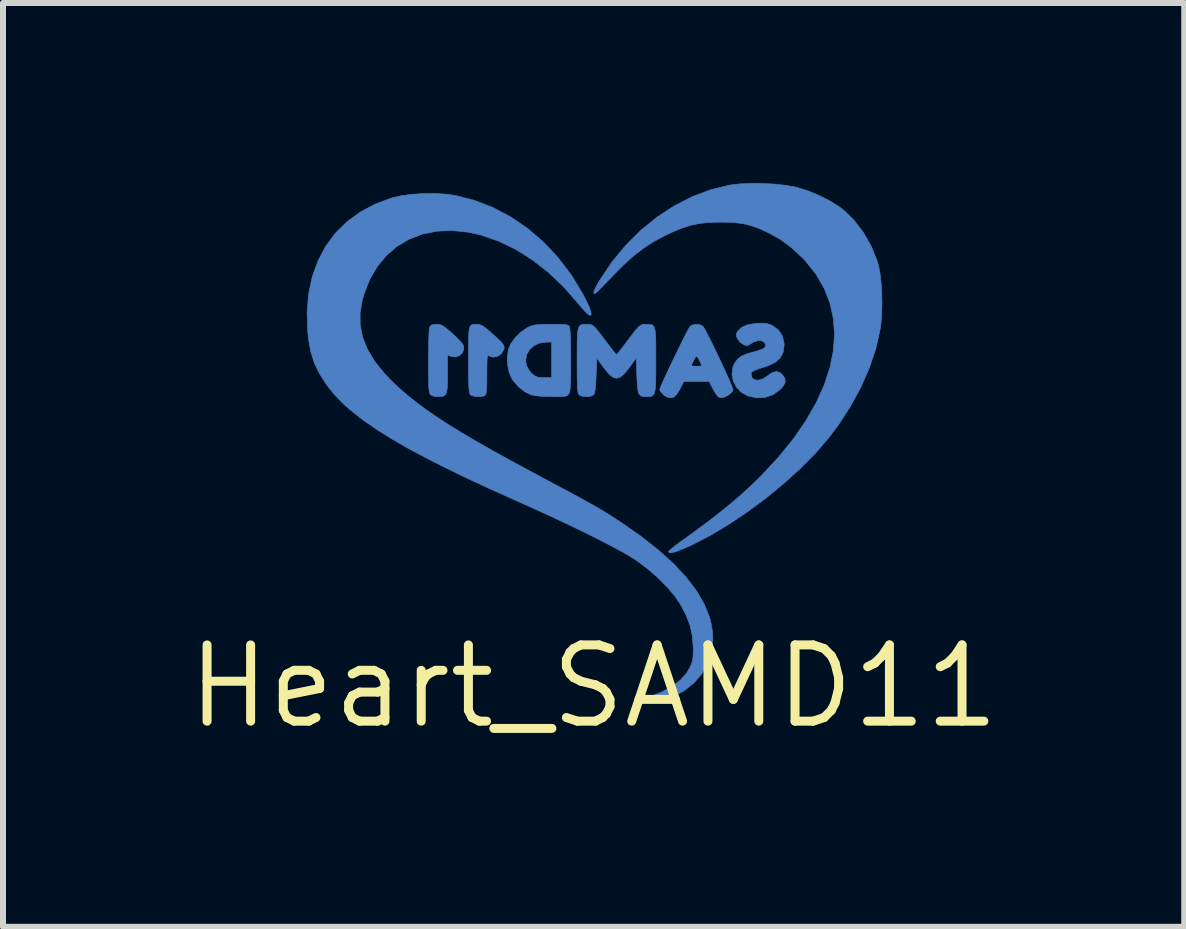
<source format=kicad_pcb>
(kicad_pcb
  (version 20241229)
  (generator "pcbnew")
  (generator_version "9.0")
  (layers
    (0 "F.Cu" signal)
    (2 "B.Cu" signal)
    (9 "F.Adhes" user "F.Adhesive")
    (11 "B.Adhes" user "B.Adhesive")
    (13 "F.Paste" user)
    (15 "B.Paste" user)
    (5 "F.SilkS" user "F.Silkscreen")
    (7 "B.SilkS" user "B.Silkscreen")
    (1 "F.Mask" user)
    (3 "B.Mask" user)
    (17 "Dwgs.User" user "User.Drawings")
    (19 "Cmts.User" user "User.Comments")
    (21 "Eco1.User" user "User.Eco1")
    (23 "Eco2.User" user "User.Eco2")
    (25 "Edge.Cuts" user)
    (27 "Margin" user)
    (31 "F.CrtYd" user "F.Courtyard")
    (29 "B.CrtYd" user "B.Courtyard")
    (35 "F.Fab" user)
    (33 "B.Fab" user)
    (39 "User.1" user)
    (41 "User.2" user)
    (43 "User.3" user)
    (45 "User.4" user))
  (footprint "Heart_SAMD11"
    (layer "F.Cu")
    (at 6.841 8.386)
    (property "Reference" "Heart_SAMD11" (at 0 0 0) (layer "F.SilkS") (effects (font (size 1.27 1.27) (thickness 0.15))))
    (attr through_hole)
    (fp_poly (pts (xy -2.574 -6.03) (xy -2.535 -6.019) (xy -2.493 -5.994) (xy -2.437 -5.951) (xy -2.359 -5.883) (xy -2.359 -5.883) (xy -2.287 -5.816) (xy -2.226 -5.754) (xy -2.185 -5.705) (xy -2.171 -5.683) (xy -2.164 -5.614) (xy -2.189 -5.553) (xy -2.24 -5.508) (xy -2.306 -5.488) (xy -2.372 -5.497) (xy -2.434 -5.521) (xy -2.434 -5.207) (xy -2.435 -5.071) (xy -2.439 -4.972) (xy -2.449 -4.904) (xy -2.467 -4.861) (xy -2.496 -4.838) (xy -2.538 -4.828) (xy -2.593 -4.826) (xy -2.666 -4.834) (xy -2.716 -4.857) (xy -2.718 -4.859) (xy -2.729 -4.875) (xy -2.737 -4.901) (xy -2.743 -4.944) (xy -2.747 -5.008) (xy -2.75 -5.097) (xy -2.751 -5.218) (xy -2.752 -5.375) (xy -2.752 -5.422) (xy -2.751 -5.594) (xy -2.748 -5.741) (xy -2.744 -5.858) (xy -2.739 -5.941) (xy -2.732 -5.986) (xy -2.73 -5.992) (xy -2.701 -6.02) (xy -2.648 -6.032) (xy -2.618 -6.032) (xy -2.574 -6.03)) (stroke (width 0.01) (type solid)) (fill yes) (layer "B.Cu"))
    (fp_poly (pts (xy -1.904 -6.029) (xy -1.865 -6.015) (xy -1.82 -5.986) (xy -1.758 -5.937) (xy -1.686 -5.873) (xy -1.599 -5.794) (xy -1.54 -5.737) (xy -1.506 -5.694) (xy -1.491 -5.661) (xy -1.491 -5.631) (xy -1.496 -5.614) (xy -1.54 -5.54) (xy -1.604 -5.496) (xy -1.678 -5.485) (xy -1.737 -5.504) (xy -1.753 -5.511) (xy -1.764 -5.507) (xy -1.771 -5.488) (xy -1.775 -5.447) (xy -1.777 -5.378) (xy -1.778 -5.277) (xy -1.778 -5.201) (xy -1.779 -5.056) (xy -1.784 -4.951) (xy -1.792 -4.884) (xy -1.803 -4.852) (xy -1.803 -4.851) (xy -1.846 -4.832) (xy -1.911 -4.826) (xy -1.98 -4.831) (xy -2.036 -4.847) (xy -2.056 -4.861) (xy -2.065 -4.881) (xy -2.072 -4.918) (xy -2.078 -4.976) (xy -2.081 -5.061) (xy -2.084 -5.176) (xy -2.085 -5.327) (xy -2.085 -5.444) (xy -2.085 -5.617) (xy -2.084 -5.752) (xy -2.081 -5.854) (xy -2.076 -5.928) (xy -2.066 -5.978) (xy -2.051 -6.008) (xy -2.029 -6.025) (xy -2 -6.031) (xy -1.962 -6.032) (xy -1.943 -6.032) (xy -1.904 -6.029)) (stroke (width 0.01) (type solid)) (fill yes) (layer "B.Cu"))
    (fp_poly (pts (xy -0.59 -6.032) (xy -0.511 -6.03) (xy -0.459 -6.025) (xy -0.428 -6.017) (xy -0.411 -6.004) (xy -0.403 -5.992) (xy -0.396 -5.957) (xy -0.39 -5.883) (xy -0.385 -5.776) (xy -0.382 -5.638) (xy -0.381 -5.473) (xy -0.381 -5.435) (xy -0.381 -5.269) (xy -0.383 -5.14) (xy -0.385 -5.043) (xy -0.39 -4.973) (xy -0.396 -4.925) (xy -0.404 -4.893) (xy -0.414 -4.873) (xy -0.43 -4.853) (xy -0.452 -4.84) (xy -0.487 -4.832) (xy -0.542 -4.828) (xy -0.627 -4.827) (xy -0.705 -4.828) (xy -0.856 -4.832) (xy -0.972 -4.843) (xy -1.05 -4.86) (xy -1.05 -4.86) (xy -1.155 -4.915) (xy -1.258 -4.998) (xy -1.344 -5.099) (xy -1.368 -5.136) (xy -1.41 -5.239) (xy -1.434 -5.365) (xy -1.436 -5.434) (xy -1.133 -5.434) (xy -1.117 -5.34) (xy -1.066 -5.251) (xy -1.025 -5.208) (xy -0.976 -5.17) (xy -0.929 -5.151) (xy -0.867 -5.144) (xy -0.825 -5.144) (xy -0.699 -5.144) (xy -0.699 -5.736) (xy -0.784 -5.736) (xy -0.901 -5.72) (xy -0.997 -5.675) (xy -1.07 -5.608) (xy -1.116 -5.526) (xy -1.133 -5.434) (xy -1.436 -5.434) (xy -1.437 -5.497) (xy -1.419 -5.617) (xy -1.418 -5.621) (xy -1.375 -5.716) (xy -1.302 -5.815) (xy -1.211 -5.903) (xy -1.113 -5.971) (xy -1.091 -5.983) (xy -1.042 -6.003) (xy -0.994 -6.017) (xy -0.937 -6.026) (xy -0.861 -6.03) (xy -0.756 -6.032) (xy -0.705 -6.032) (xy -0.59 -6.032)) (stroke (width 0.01) (type solid)) (fill yes) (layer "B.Cu"))
    (fp_poly (pts (xy 1.784 -6.021) (xy 1.825 -5.995) (xy 1.846 -5.962) (xy 1.881 -5.899) (xy 1.926 -5.811) (xy 1.979 -5.704) (xy 2.037 -5.586) (xy 2.096 -5.461) (xy 2.154 -5.337) (xy 2.208 -5.22) (xy 2.255 -5.115) (xy 2.292 -5.029) (xy 2.316 -4.968) (xy 2.324 -4.938) (xy 2.324 -4.937) (xy 2.299 -4.897) (xy 2.248 -4.856) (xy 2.187 -4.823) (xy 2.13 -4.809) (xy 2.117 -4.809) (xy 2.082 -4.822) (xy 2.048 -4.857) (xy 2.008 -4.921) (xy 1.994 -4.948) (xy 1.924 -5.08) (xy 1.505 -5.08) (xy 1.435 -4.948) (xy 1.384 -4.865) (xy 1.336 -4.819) (xy 1.284 -4.806) (xy 1.228 -4.819) (xy 1.181 -4.847) (xy 1.136 -4.888) (xy 1.106 -4.929) (xy 1.101 -4.947) (xy 1.11 -4.974) (xy 1.135 -5.032) (xy 1.172 -5.117) (xy 1.22 -5.22) (xy 1.275 -5.336) (xy 1.279 -5.344) (xy 1.63 -5.344) (xy 1.649 -5.338) (xy 1.696 -5.334) (xy 1.714 -5.334) (xy 1.768 -5.336) (xy 1.797 -5.342) (xy 1.799 -5.344) (xy 1.79 -5.372) (xy 1.769 -5.418) (xy 1.743 -5.464) (xy 1.722 -5.497) (xy 1.714 -5.503) (xy 1.699 -5.487) (xy 1.675 -5.446) (xy 1.651 -5.398) (xy 1.633 -5.358) (xy 1.63 -5.344) (xy 1.279 -5.344) (xy 1.334 -5.46) (xy 1.394 -5.583) (xy 1.452 -5.702) (xy 1.505 -5.808) (xy 1.55 -5.896) (xy 1.584 -5.96) (xy 1.604 -5.994) (xy 1.605 -5.995) (xy 1.653 -6.024) (xy 1.719 -6.032) (xy 1.784 -6.021)) (stroke (width 0.01) (type solid)) (fill yes) (layer "B.Cu"))
    (fp_poly (pts (xy 2.886 -6.045) (xy 2.941 -6.028) (xy 2.984 -6.008) (xy 3.081 -5.936) (xy 3.145 -5.838) (xy 3.173 -5.72) (xy 3.175 -5.687) (xy 3.159 -5.569) (xy 3.11 -5.474) (xy 3.027 -5.399) (xy 2.905 -5.341) (xy 2.881 -5.333) (xy 2.775 -5.299) (xy 2.703 -5.273) (xy 2.658 -5.253) (xy 2.635 -5.235) (xy 2.626 -5.215) (xy 2.625 -5.198) (xy 2.64 -5.139) (xy 2.683 -5.107) (xy 2.744 -5.101) (xy 2.817 -5.122) (xy 2.896 -5.172) (xy 2.9 -5.175) (xy 2.98 -5.23) (xy 3.048 -5.246) (xy 3.109 -5.225) (xy 3.144 -5.193) (xy 3.187 -5.13) (xy 3.192 -5.069) (xy 3.16 -5.004) (xy 3.105 -4.944) (xy 2.99 -4.861) (xy 2.858 -4.815) (xy 2.717 -4.807) (xy 2.575 -4.838) (xy 2.572 -4.839) (xy 2.464 -4.898) (xy 2.38 -4.983) (xy 2.327 -5.087) (xy 2.305 -5.199) (xy 2.32 -5.314) (xy 2.344 -5.375) (xy 2.395 -5.449) (xy 2.466 -5.504) (xy 2.567 -5.545) (xy 2.615 -5.558) (xy 2.732 -5.59) (xy 2.811 -5.619) (xy 2.855 -5.648) (xy 2.869 -5.679) (xy 2.856 -5.716) (xy 2.848 -5.727) (xy 2.802 -5.758) (xy 2.736 -5.761) (xy 2.664 -5.737) (xy 2.63 -5.715) (xy 2.581 -5.685) (xy 2.544 -5.679) (xy 2.501 -5.692) (xy 2.449 -5.729) (xy 2.404 -5.783) (xy 2.401 -5.789) (xy 2.378 -5.838) (xy 2.376 -5.87) (xy 2.395 -5.908) (xy 2.399 -5.914) (xy 2.46 -5.977) (xy 2.55 -6.02) (xy 2.672 -6.044) (xy 2.731 -6.048) (xy 2.821 -6.051) (xy 2.886 -6.045)) (stroke (width 0.01) (type solid)) (fill yes) (layer "B.Cu"))
    (fp_poly (pts (xy 0.924 -6.032) (xy 0.961 -6.027) (xy 0.988 -6.014) (xy 1.008 -5.987) (xy 1.022 -5.942) (xy 1.03 -5.875) (xy 1.035 -5.78) (xy 1.037 -5.654) (xy 1.037 -5.492) (xy 1.037 -5.431) (xy 1.037 -5.255) (xy 1.036 -5.118) (xy 1.032 -5.013) (xy 1.024 -4.937) (xy 1.012 -4.885) (xy 0.993 -4.852) (xy 0.967 -4.835) (xy 0.933 -4.828) (xy 0.888 -4.826) (xy 0.874 -4.826) (xy 0.822 -4.829) (xy 0.784 -4.842) (xy 0.758 -4.87) (xy 0.741 -4.92) (xy 0.73 -4.997) (xy 0.723 -5.108) (xy 0.72 -5.182) (xy 0.709 -5.469) (xy 0.598 -5.316) (xy 0.518 -5.216) (xy 0.449 -5.155) (xy 0.385 -5.133) (xy 0.322 -5.15) (xy 0.253 -5.206) (xy 0.175 -5.302) (xy 0.164 -5.316) (xy 0.053 -5.469) (xy 0.042 -5.182) (xy 0.035 -5.045) (xy 0.026 -4.946) (xy 0.014 -4.885) (xy 0.003 -4.861) (xy -0.041 -4.836) (xy -0.106 -4.826) (xy -0.175 -4.831) (xy -0.231 -4.85) (xy -0.242 -4.859) (xy -0.252 -4.875) (xy -0.26 -4.901) (xy -0.266 -4.944) (xy -0.27 -5.007) (xy -0.273 -5.096) (xy -0.275 -5.216) (xy -0.275 -5.371) (xy -0.275 -5.429) (xy -0.275 -5.605) (xy -0.274 -5.742) (xy -0.27 -5.847) (xy -0.263 -5.922) (xy -0.251 -5.974) (xy -0.234 -6.006) (xy -0.209 -6.024) (xy -0.175 -6.031) (xy -0.133 -6.032) (xy -0.116 -6.032) (xy -0.076 -6.032) (xy -0.044 -6.026) (xy -0.013 -6.011) (xy 0.02 -5.983) (xy 0.062 -5.935) (xy 0.118 -5.864) (xy 0.193 -5.765) (xy 0.213 -5.738) (xy 0.273 -5.657) (xy 0.325 -5.591) (xy 0.363 -5.545) (xy 0.381 -5.527) (xy 0.381 -5.526) (xy 0.397 -5.542) (xy 0.433 -5.586) (xy 0.483 -5.651) (xy 0.544 -5.73) (xy 0.549 -5.738) (xy 0.629 -5.844) (xy 0.688 -5.921) (xy 0.733 -5.974) (xy 0.768 -6.006) (xy 0.799 -6.024) (xy 0.83 -6.031) (xy 0.868 -6.032) (xy 0.878 -6.032) (xy 0.924 -6.032)) (stroke (width 0.01) (type solid)) (fill yes) (layer "B.Cu"))
    (fp_poly (pts (xy 2.82 -8.379) (xy 3.021 -8.368) (xy 3.208 -8.347) (xy 3.37 -8.318) (xy 3.397 -8.311) (xy 3.574 -8.255) (xy 3.757 -8.179) (xy 3.932 -8.09) (xy 4.086 -7.995) (xy 4.166 -7.935) (xy 4.34 -7.765) (xy 4.494 -7.564) (xy 4.623 -7.338) (xy 4.722 -7.095) (xy 4.743 -7.027) (xy 4.768 -6.908) (xy 4.787 -6.758) (xy 4.799 -6.588) (xy 4.804 -6.408) (xy 4.8 -6.229) (xy 4.789 -6.063) (xy 4.773 -5.943) (xy 4.703 -5.63) (xy 4.595 -5.308) (xy 4.453 -4.985) (xy 4.279 -4.664) (xy 4.077 -4.353) (xy 3.918 -4.142) (xy 3.7 -3.889) (xy 3.448 -3.634) (xy 3.17 -3.382) (xy 2.873 -3.138) (xy 2.564 -2.908) (xy 2.249 -2.697) (xy 1.937 -2.511) (xy 1.634 -2.355) (xy 1.506 -2.298) (xy 1.392 -2.252) (xy 1.313 -2.228) (xy 1.266 -2.225) (xy 1.249 -2.242) (xy 1.249 -2.244) (xy 1.265 -2.265) (xy 1.309 -2.303) (xy 1.373 -2.354) (xy 1.433 -2.398) (xy 1.678 -2.575) (xy 1.893 -2.734) (xy 2.082 -2.88) (xy 2.251 -3.016) (xy 2.406 -3.147) (xy 2.551 -3.277) (xy 2.692 -3.411) (xy 2.805 -3.522) (xy 3.086 -3.825) (xy 3.331 -4.127) (xy 3.538 -4.428) (xy 3.709 -4.726) (xy 3.842 -5.02) (xy 3.937 -5.309) (xy 3.994 -5.592) (xy 4.014 -5.867) (xy 3.994 -6.133) (xy 3.937 -6.39) (xy 3.84 -6.635) (xy 3.705 -6.868) (xy 3.53 -7.087) (xy 3.469 -7.151) (xy 3.294 -7.312) (xy 3.12 -7.441) (xy 2.933 -7.548) (xy 2.875 -7.576) (xy 2.733 -7.638) (xy 2.605 -7.682) (xy 2.481 -7.711) (xy 2.346 -7.728) (xy 2.189 -7.734) (xy 2.095 -7.734) (xy 1.916 -7.729) (xy 1.758 -7.712) (xy 1.611 -7.681) (xy 1.463 -7.633) (xy 1.301 -7.565) (xy 1.175 -7.504) (xy 0.996 -7.408) (xy 0.829 -7.299) (xy 0.664 -7.171) (xy 0.495 -7.019) (xy 0.314 -6.836) (xy 0.305 -6.826) (xy 0.218 -6.736) (xy 0.142 -6.657) (xy 0.08 -6.595) (xy 0.036 -6.555) (xy 0.018 -6.54) (xy 0.002 -6.551) (xy 0.007 -6.586) (xy 0.035 -6.648) (xy 0.086 -6.74) (xy 0.105 -6.771) (xy 0.307 -7.073) (xy 0.536 -7.349) (xy 0.787 -7.599) (xy 1.058 -7.819) (xy 1.345 -8.007) (xy 1.645 -8.16) (xy 1.954 -8.276) (xy 2.268 -8.352) (xy 2.273 -8.353) (xy 2.433 -8.372) (xy 2.62 -8.381) (xy 2.82 -8.379)) (stroke (width 0.01) (type solid)) (fill yes) (layer "B.Cu"))
    (fp_poly (pts (xy -2.456 -8.201) (xy -2.318 -8.182) (xy -1.993 -8.1) (xy -1.68 -7.979) (xy -1.381 -7.821) (xy -1.098 -7.628) (xy -0.834 -7.401) (xy -0.592 -7.143) (xy -0.374 -6.857) (xy -0.183 -6.543) (xy -0.13 -6.44) (xy -0.075 -6.324) (xy -0.046 -6.241) (xy -0.041 -6.193) (xy -0.058 -6.181) (xy -0.098 -6.204) (xy -0.16 -6.264) (xy -0.241 -6.36) (xy -0.245 -6.365) (xy -0.487 -6.643) (xy -0.744 -6.89) (xy -1.015 -7.102) (xy -1.296 -7.28) (xy -1.585 -7.419) (xy -1.878 -7.52) (xy -2.084 -7.566) (xy -2.354 -7.595) (xy -2.61 -7.584) (xy -2.85 -7.536) (xy -3.072 -7.452) (xy -3.273 -7.333) (xy -3.451 -7.181) (xy -3.603 -6.997) (xy -3.729 -6.783) (xy -3.825 -6.539) (xy -3.854 -6.439) (xy -3.891 -6.226) (xy -3.889 -6.019) (xy -3.849 -5.817) (xy -3.769 -5.617) (xy -3.65 -5.418) (xy -3.489 -5.217) (xy -3.353 -5.075) (xy -3.229 -4.959) (xy -3.096 -4.844) (xy -2.952 -4.729) (xy -2.793 -4.611) (xy -2.617 -4.49) (xy -2.421 -4.362) (xy -2.202 -4.227) (xy -1.957 -4.083) (xy -1.684 -3.928) (xy -1.379 -3.759) (xy -1.04 -3.576) (xy -0.847 -3.472) (xy -0.63 -3.357) (xy -0.447 -3.259) (xy -0.292 -3.176) (xy -0.162 -3.104) (xy -0.051 -3.043) (xy 0.045 -2.989) (xy 0.129 -2.939) (xy 0.208 -2.892) (xy 0.284 -2.844) (xy 0.362 -2.793) (xy 0.448 -2.737) (xy 0.451 -2.735) (xy 0.786 -2.502) (xy 1.08 -2.27) (xy 1.334 -2.041) (xy 1.545 -1.814) (xy 1.716 -1.59) (xy 1.844 -1.369) (xy 1.931 -1.151) (xy 1.958 -1.048) (xy 1.982 -0.899) (xy 1.986 -0.766) (xy 1.97 -0.627) (xy 1.959 -0.566) (xy 1.898 -0.379) (xy 1.801 -0.208) (xy 1.672 -0.057) (xy 1.515 0.069) (xy 1.335 0.167) (xy 1.174 0.222) (xy 1.099 0.237) (xy 1.015 0.248) (xy 0.934 0.253) (xy 0.865 0.253) (xy 0.818 0.247) (xy 0.804 0.237) (xy 0.823 0.221) (xy 0.87 0.199) (xy 0.915 0.182) (xy 1.132 0.095) (xy 1.31 -0.000444) (xy 1.449 -0.107) (xy 1.554 -0.226) (xy 1.606 -0.318) (xy 1.632 -0.378) (xy 1.649 -0.434) (xy 1.657 -0.499) (xy 1.66 -0.585) (xy 1.66 -0.646) (xy 1.646 -0.837) (xy 1.606 -1.018) (xy 1.535 -1.2) (xy 1.448 -1.365) (xy 1.353 -1.504) (xy 1.228 -1.651) (xy 1.08 -1.801) (xy 0.916 -1.945) (xy 0.745 -2.076) (xy 0.688 -2.115) (xy 0.571 -2.187) (xy 0.417 -2.274) (xy 0.231 -2.373) (xy 0.016 -2.483) (xy -0.224 -2.601) (xy -0.487 -2.727) (xy -0.769 -2.859) (xy -1.067 -2.995) (xy -1.281 -3.09) (xy -1.719 -3.287) (xy -2.119 -3.473) (xy -2.483 -3.649) (xy -2.811 -3.816) (xy -3.106 -3.975) (xy -3.37 -4.127) (xy -3.605 -4.274) (xy -3.812 -4.416) (xy -3.993 -4.554) (xy -4.151 -4.69) (xy -4.286 -4.826) (xy -4.401 -4.961) (xy -4.463 -5.046) (xy -4.572 -5.219) (xy -4.653 -5.388) (xy -4.71 -5.565) (xy -4.747 -5.762) (xy -4.763 -5.906) (xy -4.774 -6.232) (xy -4.749 -6.538) (xy -4.688 -6.825) (xy -4.593 -7.089) (xy -4.465 -7.331) (xy -4.305 -7.548) (xy -4.113 -7.738) (xy -3.89 -7.902) (xy -3.638 -8.036) (xy -3.357 -8.14) (xy -3.355 -8.14) (xy -3.206 -8.174) (xy -3.028 -8.198) (xy -2.835 -8.211) (xy -2.64 -8.212) (xy -2.456 -8.201)) (stroke (width 0.01) (type solid)) (fill yes) (layer "B.Cu"))
    (fp_poly (pts (xy -2.574 -6.03) (xy -2.535 -6.019) (xy -2.493 -5.994) (xy -2.437 -5.951) (xy -2.359 -5.883) (xy -2.359 -5.883) (xy -2.287 -5.816) (xy -2.226 -5.754) (xy -2.185 -5.705) (xy -2.171 -5.683) (xy -2.164 -5.614) (xy -2.189 -5.553) (xy -2.24 -5.508) (xy -2.306 -5.488) (xy -2.372 -5.497) (xy -2.434 -5.521) (xy -2.434 -5.207) (xy -2.435 -5.071) (xy -2.439 -4.972) (xy -2.449 -4.904) (xy -2.467 -4.861) (xy -2.496 -4.838) (xy -2.538 -4.828) (xy -2.593 -4.826) (xy -2.666 -4.834) (xy -2.716 -4.857) (xy -2.718 -4.859) (xy -2.729 -4.875) (xy -2.737 -4.901) (xy -2.743 -4.944) (xy -2.747 -5.008) (xy -2.75 -5.097) (xy -2.751 -5.218) (xy -2.752 -5.375) (xy -2.752 -5.422) (xy -2.751 -5.594) (xy -2.748 -5.741) (xy -2.744 -5.858) (xy -2.739 -5.941) (xy -2.732 -5.986) (xy -2.73 -5.992) (xy -2.701 -6.02) (xy -2.648 -6.032) (xy -2.618 -6.032) (xy -2.574 -6.03)) (stroke (width 0.01) (type solid)) (fill yes) (layer "B.Mask"))
    (fp_poly (pts (xy -1.904 -6.029) (xy -1.865 -6.015) (xy -1.82 -5.986) (xy -1.758 -5.937) (xy -1.686 -5.873) (xy -1.599 -5.794) (xy -1.54 -5.737) (xy -1.506 -5.694) (xy -1.491 -5.661) (xy -1.491 -5.631) (xy -1.496 -5.614) (xy -1.54 -5.54) (xy -1.604 -5.496) (xy -1.678 -5.485) (xy -1.737 -5.504) (xy -1.753 -5.511) (xy -1.764 -5.507) (xy -1.771 -5.488) (xy -1.775 -5.447) (xy -1.777 -5.378) (xy -1.778 -5.277) (xy -1.778 -5.201) (xy -1.779 -5.056) (xy -1.784 -4.951) (xy -1.792 -4.884) (xy -1.803 -4.852) (xy -1.803 -4.851) (xy -1.846 -4.832) (xy -1.911 -4.826) (xy -1.98 -4.831) (xy -2.036 -4.847) (xy -2.056 -4.861) (xy -2.065 -4.881) (xy -2.072 -4.918) (xy -2.078 -4.976) (xy -2.081 -5.061) (xy -2.084 -5.176) (xy -2.085 -5.327) (xy -2.085 -5.444) (xy -2.085 -5.617) (xy -2.084 -5.752) (xy -2.081 -5.854) (xy -2.076 -5.928) (xy -2.066 -5.978) (xy -2.051 -6.008) (xy -2.029 -6.025) (xy -2 -6.031) (xy -1.962 -6.032) (xy -1.943 -6.032) (xy -1.904 -6.029)) (stroke (width 0.01) (type solid)) (fill yes) (layer "B.Mask"))
    (fp_poly (pts (xy -0.59 -6.032) (xy -0.511 -6.03) (xy -0.459 -6.025) (xy -0.428 -6.017) (xy -0.411 -6.004) (xy -0.403 -5.992) (xy -0.396 -5.957) (xy -0.39 -5.883) (xy -0.385 -5.776) (xy -0.382 -5.638) (xy -0.381 -5.473) (xy -0.381 -5.435) (xy -0.381 -5.269) (xy -0.383 -5.14) (xy -0.385 -5.043) (xy -0.39 -4.973) (xy -0.396 -4.925) (xy -0.404 -4.893) (xy -0.414 -4.873) (xy -0.43 -4.853) (xy -0.452 -4.84) (xy -0.487 -4.832) (xy -0.542 -4.828) (xy -0.627 -4.827) (xy -0.705 -4.828) (xy -0.856 -4.832) (xy -0.972 -4.843) (xy -1.05 -4.86) (xy -1.05 -4.86) (xy -1.155 -4.915) (xy -1.258 -4.998) (xy -1.344 -5.099) (xy -1.368 -5.136) (xy -1.41 -5.239) (xy -1.434 -5.365) (xy -1.436 -5.434) (xy -1.133 -5.434) (xy -1.117 -5.34) (xy -1.066 -5.251) (xy -1.025 -5.208) (xy -0.976 -5.17) (xy -0.929 -5.151) (xy -0.867 -5.144) (xy -0.825 -5.144) (xy -0.699 -5.144) (xy -0.699 -5.736) (xy -0.784 -5.736) (xy -0.901 -5.72) (xy -0.997 -5.675) (xy -1.07 -5.608) (xy -1.116 -5.526) (xy -1.133 -5.434) (xy -1.436 -5.434) (xy -1.437 -5.497) (xy -1.419 -5.617) (xy -1.418 -5.621) (xy -1.375 -5.716) (xy -1.302 -5.815) (xy -1.211 -5.903) (xy -1.113 -5.971) (xy -1.091 -5.983) (xy -1.042 -6.003) (xy -0.994 -6.017) (xy -0.937 -6.026) (xy -0.861 -6.03) (xy -0.756 -6.032) (xy -0.705 -6.032) (xy -0.59 -6.032)) (stroke (width 0.01) (type solid)) (fill yes) (layer "B.Mask"))
    (fp_poly (pts (xy 1.784 -6.021) (xy 1.825 -5.995) (xy 1.846 -5.962) (xy 1.881 -5.899) (xy 1.926 -5.811) (xy 1.979 -5.704) (xy 2.037 -5.586) (xy 2.096 -5.461) (xy 2.154 -5.337) (xy 2.208 -5.22) (xy 2.255 -5.115) (xy 2.292 -5.029) (xy 2.316 -4.968) (xy 2.324 -4.938) (xy 2.324 -4.937) (xy 2.299 -4.897) (xy 2.248 -4.856) (xy 2.187 -4.823) (xy 2.13 -4.809) (xy 2.117 -4.809) (xy 2.082 -4.822) (xy 2.048 -4.857) (xy 2.008 -4.921) (xy 1.994 -4.948) (xy 1.924 -5.08) (xy 1.505 -5.08) (xy 1.435 -4.948) (xy 1.384 -4.865) (xy 1.336 -4.819) (xy 1.284 -4.806) (xy 1.228 -4.819) (xy 1.181 -4.847) (xy 1.136 -4.888) (xy 1.106 -4.929) (xy 1.101 -4.947) (xy 1.11 -4.974) (xy 1.135 -5.032) (xy 1.172 -5.117) (xy 1.22 -5.22) (xy 1.275 -5.336) (xy 1.279 -5.344) (xy 1.63 -5.344) (xy 1.649 -5.338) (xy 1.696 -5.334) (xy 1.714 -5.334) (xy 1.768 -5.336) (xy 1.797 -5.342) (xy 1.799 -5.344) (xy 1.79 -5.372) (xy 1.769 -5.418) (xy 1.743 -5.464) (xy 1.722 -5.497) (xy 1.714 -5.503) (xy 1.699 -5.487) (xy 1.675 -5.446) (xy 1.651 -5.398) (xy 1.633 -5.358) (xy 1.63 -5.344) (xy 1.279 -5.344) (xy 1.334 -5.46) (xy 1.394 -5.583) (xy 1.452 -5.702) (xy 1.505 -5.808) (xy 1.55 -5.896) (xy 1.584 -5.96) (xy 1.604 -5.994) (xy 1.605 -5.995) (xy 1.653 -6.024) (xy 1.719 -6.032) (xy 1.784 -6.021)) (stroke (width 0.01) (type solid)) (fill yes) (layer "B.Mask"))
    (fp_poly (pts (xy 2.886 -6.045) (xy 2.941 -6.028) (xy 2.984 -6.008) (xy 3.081 -5.936) (xy 3.145 -5.838) (xy 3.173 -5.72) (xy 3.175 -5.687) (xy 3.159 -5.569) (xy 3.11 -5.474) (xy 3.027 -5.399) (xy 2.905 -5.341) (xy 2.881 -5.333) (xy 2.775 -5.299) (xy 2.703 -5.273) (xy 2.658 -5.253) (xy 2.635 -5.235) (xy 2.626 -5.215) (xy 2.625 -5.198) (xy 2.64 -5.139) (xy 2.683 -5.107) (xy 2.744 -5.101) (xy 2.817 -5.122) (xy 2.896 -5.172) (xy 2.9 -5.175) (xy 2.98 -5.23) (xy 3.048 -5.246) (xy 3.109 -5.225) (xy 3.144 -5.193) (xy 3.187 -5.13) (xy 3.192 -5.069) (xy 3.16 -5.004) (xy 3.105 -4.944) (xy 2.99 -4.861) (xy 2.858 -4.815) (xy 2.717 -4.807) (xy 2.575 -4.838) (xy 2.572 -4.839) (xy 2.464 -4.898) (xy 2.38 -4.983) (xy 2.327 -5.087) (xy 2.305 -5.199) (xy 2.32 -5.314) (xy 2.344 -5.375) (xy 2.395 -5.449) (xy 2.466 -5.504) (xy 2.567 -5.545) (xy 2.615 -5.558) (xy 2.732 -5.59) (xy 2.811 -5.619) (xy 2.855 -5.648) (xy 2.869 -5.679) (xy 2.856 -5.716) (xy 2.848 -5.727) (xy 2.802 -5.758) (xy 2.736 -5.761) (xy 2.664 -5.737) (xy 2.63 -5.715) (xy 2.581 -5.685) (xy 2.544 -5.679) (xy 2.501 -5.692) (xy 2.449 -5.729) (xy 2.404 -5.783) (xy 2.401 -5.789) (xy 2.378 -5.838) (xy 2.376 -5.87) (xy 2.395 -5.908) (xy 2.399 -5.914) (xy 2.46 -5.977) (xy 2.55 -6.02) (xy 2.672 -6.044) (xy 2.731 -6.048) (xy 2.821 -6.051) (xy 2.886 -6.045)) (stroke (width 0.01) (type solid)) (fill yes) (layer "B.Mask"))
    (fp_poly (pts (xy 0.924 -6.032) (xy 0.961 -6.027) (xy 0.988 -6.014) (xy 1.008 -5.987) (xy 1.022 -5.942) (xy 1.03 -5.875) (xy 1.035 -5.78) (xy 1.037 -5.654) (xy 1.037 -5.492) (xy 1.037 -5.431) (xy 1.037 -5.255) (xy 1.036 -5.118) (xy 1.032 -5.013) (xy 1.024 -4.937) (xy 1.012 -4.885) (xy 0.993 -4.852) (xy 0.967 -4.835) (xy 0.933 -4.828) (xy 0.888 -4.826) (xy 0.874 -4.826) (xy 0.822 -4.829) (xy 0.784 -4.842) (xy 0.758 -4.87) (xy 0.741 -4.92) (xy 0.73 -4.997) (xy 0.723 -5.108) (xy 0.72 -5.182) (xy 0.709 -5.469) (xy 0.598 -5.316) (xy 0.518 -5.216) (xy 0.449 -5.155) (xy 0.385 -5.133) (xy 0.322 -5.15) (xy 0.253 -5.206) (xy 0.175 -5.302) (xy 0.164 -5.316) (xy 0.053 -5.469) (xy 0.042 -5.182) (xy 0.035 -5.045) (xy 0.026 -4.946) (xy 0.014 -4.885) (xy 0.003 -4.861) (xy -0.041 -4.836) (xy -0.106 -4.826) (xy -0.175 -4.831) (xy -0.231 -4.85) (xy -0.242 -4.859) (xy -0.252 -4.875) (xy -0.26 -4.901) (xy -0.266 -4.944) (xy -0.27 -5.007) (xy -0.273 -5.096) (xy -0.275 -5.216) (xy -0.275 -5.371) (xy -0.275 -5.429) (xy -0.275 -5.605) (xy -0.274 -5.742) (xy -0.27 -5.847) (xy -0.263 -5.922) (xy -0.251 -5.974) (xy -0.234 -6.006) (xy -0.209 -6.024) (xy -0.175 -6.031) (xy -0.133 -6.032) (xy -0.116 -6.032) (xy -0.076 -6.032) (xy -0.044 -6.026) (xy -0.013 -6.011) (xy 0.02 -5.983) (xy 0.062 -5.935) (xy 0.118 -5.864) (xy 0.193 -5.765) (xy 0.213 -5.738) (xy 0.273 -5.657) (xy 0.325 -5.591) (xy 0.363 -5.545) (xy 0.381 -5.527) (xy 0.381 -5.526) (xy 0.397 -5.542) (xy 0.433 -5.586) (xy 0.483 -5.651) (xy 0.544 -5.73) (xy 0.549 -5.738) (xy 0.629 -5.844) (xy 0.688 -5.921) (xy 0.733 -5.974) (xy 0.768 -6.006) (xy 0.799 -6.024) (xy 0.83 -6.031) (xy 0.868 -6.032) (xy 0.878 -6.032) (xy 0.924 -6.032)) (stroke (width 0.01) (type solid)) (fill yes) (layer "B.Mask"))
    (fp_poly (pts (xy 2.82 -8.379) (xy 3.021 -8.368) (xy 3.208 -8.347) (xy 3.37 -8.318) (xy 3.397 -8.311) (xy 3.574 -8.255) (xy 3.757 -8.179) (xy 3.932 -8.09) (xy 4.086 -7.995) (xy 4.166 -7.935) (xy 4.34 -7.765) (xy 4.494 -7.564) (xy 4.623 -7.338) (xy 4.722 -7.095) (xy 4.743 -7.027) (xy 4.768 -6.908) (xy 4.787 -6.758) (xy 4.799 -6.588) (xy 4.804 -6.408) (xy 4.8 -6.229) (xy 4.789 -6.063) (xy 4.773 -5.943) (xy 4.703 -5.63) (xy 4.595 -5.308) (xy 4.453 -4.985) (xy 4.279 -4.664) (xy 4.077 -4.353) (xy 3.918 -4.142) (xy 3.7 -3.889) (xy 3.448 -3.634) (xy 3.17 -3.382) (xy 2.873 -3.138) (xy 2.564 -2.908) (xy 2.249 -2.697) (xy 1.937 -2.511) (xy 1.634 -2.355) (xy 1.506 -2.298) (xy 1.392 -2.252) (xy 1.313 -2.228) (xy 1.266 -2.225) (xy 1.249 -2.242) (xy 1.249 -2.244) (xy 1.265 -2.265) (xy 1.309 -2.303) (xy 1.373 -2.354) (xy 1.433 -2.398) (xy 1.678 -2.575) (xy 1.893 -2.734) (xy 2.082 -2.88) (xy 2.251 -3.016) (xy 2.406 -3.147) (xy 2.551 -3.277) (xy 2.692 -3.411) (xy 2.805 -3.522) (xy 3.086 -3.825) (xy 3.331 -4.127) (xy 3.538 -4.428) (xy 3.709 -4.726) (xy 3.842 -5.02) (xy 3.937 -5.309) (xy 3.994 -5.592) (xy 4.014 -5.867) (xy 3.994 -6.133) (xy 3.937 -6.39) (xy 3.84 -6.635) (xy 3.705 -6.868) (xy 3.53 -7.087) (xy 3.469 -7.151) (xy 3.294 -7.312) (xy 3.12 -7.441) (xy 2.933 -7.548) (xy 2.875 -7.576) (xy 2.733 -7.638) (xy 2.605 -7.682) (xy 2.481 -7.711) (xy 2.346 -7.728) (xy 2.189 -7.734) (xy 2.095 -7.734) (xy 1.916 -7.729) (xy 1.758 -7.712) (xy 1.611 -7.681) (xy 1.463 -7.633) (xy 1.301 -7.565) (xy 1.175 -7.504) (xy 0.996 -7.408) (xy 0.829 -7.299) (xy 0.664 -7.171) (xy 0.495 -7.019) (xy 0.314 -6.836) (xy 0.305 -6.826) (xy 0.218 -6.736) (xy 0.142 -6.657) (xy 0.08 -6.595) (xy 0.036 -6.555) (xy 0.018 -6.54) (xy 0.002 -6.551) (xy 0.007 -6.586) (xy 0.035 -6.648) (xy 0.086 -6.74) (xy 0.105 -6.771) (xy 0.307 -7.073) (xy 0.536 -7.349) (xy 0.787 -7.599) (xy 1.058 -7.819) (xy 1.345 -8.007) (xy 1.645 -8.16) (xy 1.954 -8.276) (xy 2.268 -8.352) (xy 2.273 -8.353) (xy 2.433 -8.372) (xy 2.62 -8.381) (xy 2.82 -8.379)) (stroke (width 0.01) (type solid)) (fill yes) (layer "B.Mask"))
    (fp_poly (pts (xy -2.456 -8.201) (xy -2.318 -8.182) (xy -1.993 -8.1) (xy -1.68 -7.979) (xy -1.381 -7.821) (xy -1.098 -7.628) (xy -0.834 -7.401) (xy -0.592 -7.143) (xy -0.374 -6.857) (xy -0.183 -6.543) (xy -0.13 -6.44) (xy -0.075 -6.324) (xy -0.046 -6.241) (xy -0.041 -6.193) (xy -0.058 -6.181) (xy -0.098 -6.204) (xy -0.16 -6.264) (xy -0.241 -6.36) (xy -0.245 -6.365) (xy -0.487 -6.643) (xy -0.744 -6.89) (xy -1.015 -7.102) (xy -1.296 -7.28) (xy -1.585 -7.419) (xy -1.878 -7.52) (xy -2.084 -7.566) (xy -2.354 -7.595) (xy -2.61 -7.584) (xy -2.85 -7.536) (xy -3.072 -7.452) (xy -3.273 -7.333) (xy -3.451 -7.181) (xy -3.603 -6.997) (xy -3.729 -6.783) (xy -3.825 -6.539) (xy -3.854 -6.439) (xy -3.891 -6.226) (xy -3.889 -6.019) (xy -3.849 -5.817) (xy -3.769 -5.617) (xy -3.65 -5.418) (xy -3.489 -5.217) (xy -3.353 -5.075) (xy -3.229 -4.959) (xy -3.096 -4.844) (xy -2.952 -4.729) (xy -2.793 -4.611) (xy -2.617 -4.49) (xy -2.421 -4.362) (xy -2.202 -4.227) (xy -1.957 -4.083) (xy -1.684 -3.928) (xy -1.379 -3.759) (xy -1.04 -3.576) (xy -0.847 -3.472) (xy -0.63 -3.357) (xy -0.447 -3.259) (xy -0.292 -3.176) (xy -0.162 -3.104) (xy -0.051 -3.043) (xy 0.045 -2.989) (xy 0.129 -2.939) (xy 0.208 -2.892) (xy 0.284 -2.844) (xy 0.362 -2.793) (xy 0.448 -2.737) (xy 0.451 -2.735) (xy 0.786 -2.502) (xy 1.08 -2.27) (xy 1.334 -2.041) (xy 1.545 -1.814) (xy 1.716 -1.59) (xy 1.844 -1.369) (xy 1.931 -1.151) (xy 1.958 -1.048) (xy 1.982 -0.899) (xy 1.986 -0.766) (xy 1.97 -0.627) (xy 1.959 -0.566) (xy 1.898 -0.379) (xy 1.801 -0.208) (xy 1.672 -0.057) (xy 1.515 0.069) (xy 1.335 0.167) (xy 1.174 0.222) (xy 1.099 0.237) (xy 1.015 0.248) (xy 0.934 0.253) (xy 0.865 0.253) (xy 0.818 0.247) (xy 0.804 0.237) (xy 0.823 0.221) (xy 0.87 0.199) (xy 0.915 0.182) (xy 1.132 0.095) (xy 1.31 -0.000444) (xy 1.449 -0.107) (xy 1.554 -0.226) (xy 1.606 -0.318) (xy 1.632 -0.378) (xy 1.649 -0.434) (xy 1.657 -0.499) (xy 1.66 -0.585) (xy 1.66 -0.646) (xy 1.646 -0.837) (xy 1.606 -1.018) (xy 1.535 -1.2) (xy 1.448 -1.365) (xy 1.353 -1.504) (xy 1.228 -1.651) (xy 1.08 -1.801) (xy 0.916 -1.945) (xy 0.745 -2.076) (xy 0.688 -2.115) (xy 0.571 -2.187) (xy 0.417 -2.274) (xy 0.231 -2.373) (xy 0.016 -2.483) (xy -0.224 -2.601) (xy -0.487 -2.727) (xy -0.769 -2.859) (xy -1.067 -2.995) (xy -1.281 -3.09) (xy -1.719 -3.287) (xy -2.119 -3.473) (xy -2.483 -3.649) (xy -2.811 -3.816) (xy -3.106 -3.975) (xy -3.37 -4.127) (xy -3.605 -4.274) (xy -3.812 -4.416) (xy -3.993 -4.554) (xy -4.151 -4.69) (xy -4.286 -4.826) (xy -4.401 -4.961) (xy -4.463 -5.046) (xy -4.572 -5.219) (xy -4.653 -5.388) (xy -4.71 -5.565) (xy -4.747 -5.762) (xy -4.763 -5.906) (xy -4.774 -6.232) (xy -4.749 -6.538) (xy -4.688 -6.825) (xy -4.593 -7.089) (xy -4.465 -7.331) (xy -4.305 -7.548) (xy -4.113 -7.738) (xy -3.89 -7.902) (xy -3.638 -8.036) (xy -3.357 -8.14) (xy -3.355 -8.14) (xy -3.206 -8.174) (xy -3.028 -8.198) (xy -2.835 -8.211) (xy -2.64 -8.212) (xy -2.456 -8.201)) (stroke (width 0.01) (type solid)) (fill yes) (layer "B.Mask")))
  (gr_rect
    (start -3 -3)
    (end 16.682 12.392)
    (stroke (width 0.1) (type default))
    (fill no)
    (layer "Edge.Cuts")))
</source>
